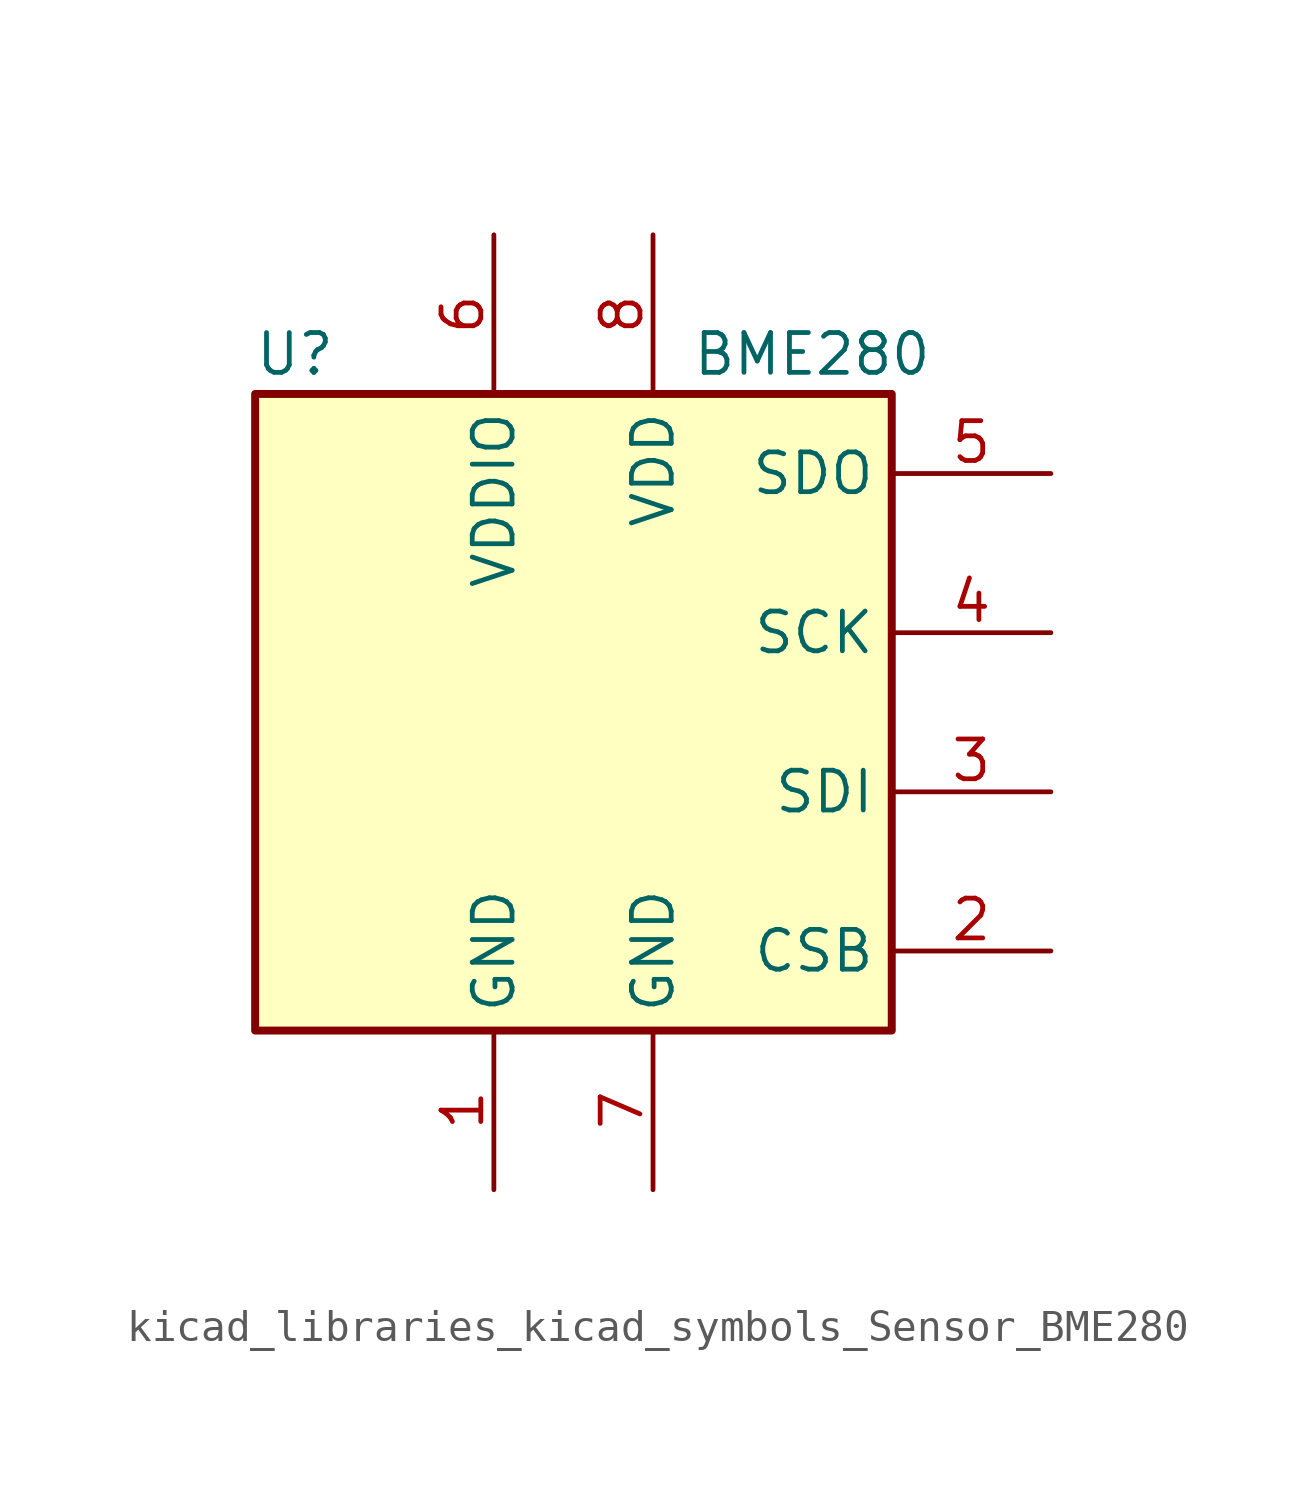
<source format=kicad_sym>
(kicad_symbol_lib
  (version 20220914)
  (generator kicad_symbol_editor)
  (symbol "kicad_libraries_kicad_symbols_Sensor_BME280"
    (property "Reference" "U"
      (at -8.89 11.43 0)
      (effects (font (size 1.27 1.27))))
    (property "Value" "BME280"
      (at 7.62 11.43 0)
      (effects (font (size 1.27 1.27))))
    (symbol "kicad_libraries_kicad_symbols_Sensor_BME280_0_1"
      (rectangle (start -10.16 10.16) (end 10.16 -10.16) (stroke (width 0.254) (type default)) (fill (type background))))
    (symbol "kicad_libraries_kicad_symbols_Sensor_BME280_1_1"
      (pin power_in line (at -2.54 -15.24 90) (length 5.08) (name "GND" (effects (font (size 1.27 1.27)))) (number "1" (effects (font (size 1.27 1.27)))))
      (pin input line (at 15.24 -7.62 180) (length 5.08) (name "CSB" (effects (font (size 1.27 1.27)))) (number "2" (effects (font (size 1.27 1.27)))))
      (pin bidirectional line (at 15.24 -2.54 180) (length 5.08) (name "SDI" (effects (font (size 1.27 1.27)))) (number "3" (effects (font (size 1.27 1.27)))))
      (pin input line (at 15.24 2.54 180) (length 5.08) (name "SCK" (effects (font (size 1.27 1.27)))) (number "4" (effects (font (size 1.27 1.27)))))
      (pin bidirectional line (at 15.24 7.62 180) (length 5.08) (name "SDO" (effects (font (size 1.27 1.27)))) (number "5" (effects (font (size 1.27 1.27)))))
      (pin power_in line (at -2.54 15.24 270) (length 5.08) (name "VDDIO" (effects (font (size 1.27 1.27)))) (number "6" (effects (font (size 1.27 1.27)))))
      (pin power_in line (at 2.54 -15.24 90) (length 5.08) (name "GND" (effects (font (size 1.27 1.27)))) (number "7" (effects (font (size 1.27 1.27)))))
      (pin power_in line (at 2.54 15.24 270) (length 5.08) (name "VDD" (effects (font (size 1.27 1.27)))) (number "8" (effects (font (size 1.27 1.27))))))))
</source>
